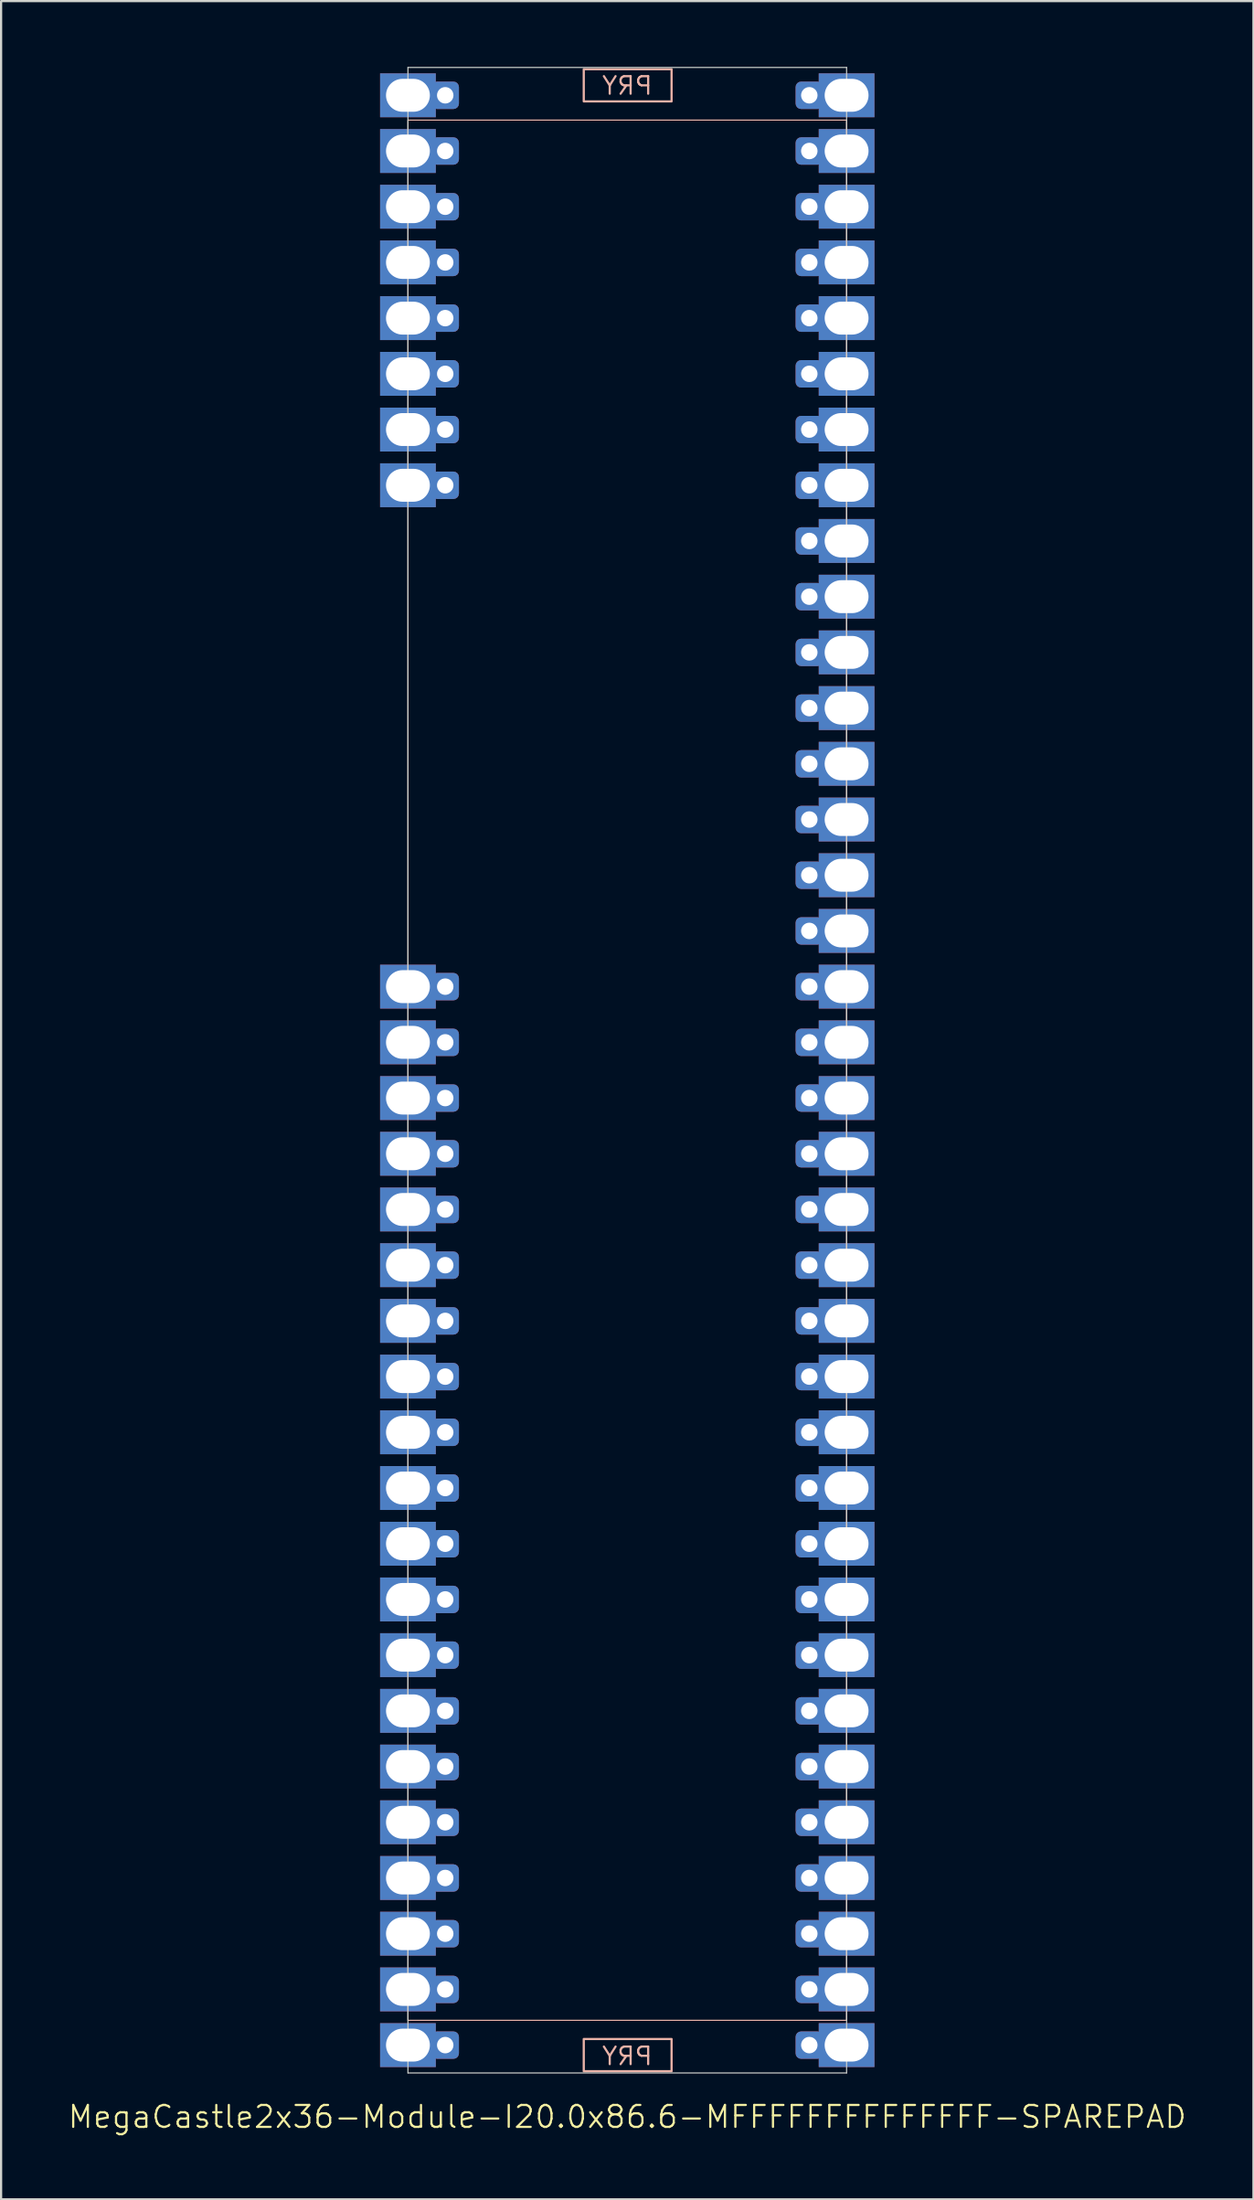
<source format=kicad_pcb>
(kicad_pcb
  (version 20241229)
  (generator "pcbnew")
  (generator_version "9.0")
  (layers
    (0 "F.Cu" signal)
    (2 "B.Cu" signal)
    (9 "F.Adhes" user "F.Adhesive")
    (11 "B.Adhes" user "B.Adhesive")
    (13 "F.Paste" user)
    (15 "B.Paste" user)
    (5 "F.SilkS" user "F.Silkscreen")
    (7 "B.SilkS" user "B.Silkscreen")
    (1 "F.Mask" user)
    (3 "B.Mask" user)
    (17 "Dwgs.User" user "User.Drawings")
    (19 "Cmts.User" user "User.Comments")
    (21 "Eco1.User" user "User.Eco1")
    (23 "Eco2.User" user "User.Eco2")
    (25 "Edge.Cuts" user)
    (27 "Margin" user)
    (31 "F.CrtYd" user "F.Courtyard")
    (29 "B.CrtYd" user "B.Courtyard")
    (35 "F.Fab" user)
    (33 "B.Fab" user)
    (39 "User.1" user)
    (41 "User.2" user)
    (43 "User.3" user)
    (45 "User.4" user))
  (footprint "MegaCastle2x36-Module-I20.0x86.6-MFFFFFFFFFFFFFF-SPAREPAD"
    (layer "F.Cu")
    (at 25.55 45.745)
    (property "Reference" "MegaCastle2x36-Module-I20.0x86.6-MFFFFFFFFFFFFFF-SPAREPAD" (at 0 47.72 0) (unlocked yes) (layer "F.SilkS") (effects (font (size 1 1) (thickness 0.1))))
    (attr smd)
    (fp_rect (start -10 43.32) (end 10 -43.32) (stroke (width 0.05) (type default)) (fill no) (layer "B.SilkS"))
    (fp_rect (start -1.984 -44.171) (end 2.02 -45.64) (stroke (width 0.1) (type default)) (fill no) (layer "B.SilkS"))
    (fp_rect (start -1.984 44.171) (end 2.02 45.64) (stroke (width 0.1) (type default)) (fill no) (layer "B.SilkS"))
    (fp_line (start -10 -45.72) (end -10 45.72) (stroke (width 0.05) (type default)) (layer "Edge.Cuts"))
    (fp_line (start -10 -45.72) (end 10 -45.72) (stroke (width 0.05) (type default)) (layer "Edge.Cuts"))
    (fp_line (start -10 45.72) (end 10 45.72) (stroke (width 0.05) (type default)) (layer "Edge.Cuts"))
    (fp_line (start 10 -45.72) (end 10 45.72) (stroke (width 0.05) (type default)) (layer "Edge.Cuts"))
    (fp_text user "PRY" (at 0 45.42 0) (unlocked yes) (layer "B.SilkS") (effects (font (size 0.8 0.8) (thickness 0.1)) (justify bottom mirror)))
    (fp_text user "PRY" (at 0 -44.42 0) (unlocked yes) (layer "B.SilkS") (effects (font (size 0.8 0.8) (thickness 0.1)) (justify bottom mirror)))
    (pad "1" thru_hole rect (at -10 -44.45) (size 2.54 2) (drill oval 2 1.5) (property pad_prop_castellated) (layers "*.Cu" "*.Mask"))
    (pad "1" thru_hole roundrect (at -8.3 -44.45 180) (size 1.25 1.25) (drill 0.75) (layers "*.Cu" "*.Mask") (roundrect_rratio 0.2))
    (pad "2" thru_hole rect (at -10 -41.91) (size 2.54 2) (drill oval 2 1.5) (property pad_prop_castellated) (layers "*.Cu" "*.Mask"))
    (pad "2" thru_hole roundrect (at -8.3 -41.91 180) (size 1.25 1.25) (drill 0.75) (layers "*.Cu" "*.Mask") (roundrect_rratio 0.2))
    (pad "3" thru_hole rect (at -10 -39.37) (size 2.54 2) (drill oval 2 1.5) (property pad_prop_castellated) (layers "*.Cu" "*.Mask"))
    (pad "3" thru_hole roundrect (at -8.3 -39.37 180) (size 1.25 1.25) (drill 0.75) (layers "*.Cu" "*.Mask") (roundrect_rratio 0.2))
    (pad "4" thru_hole rect (at -10 -36.83) (size 2.54 2) (drill oval 2 1.5) (property pad_prop_castellated) (layers "*.Cu" "*.Mask"))
    (pad "4" thru_hole roundrect (at -8.3 -36.83 180) (size 1.25 1.25) (drill 0.75) (layers "*.Cu" "*.Mask") (roundrect_rratio 0.2))
    (pad "5" thru_hole rect (at -10 -34.29) (size 2.54 2) (drill oval 2 1.5) (property pad_prop_castellated) (layers "*.Cu" "*.Mask"))
    (pad "5" thru_hole roundrect (at -8.3 -34.29 180) (size 1.25 1.25) (drill 0.75) (layers "*.Cu" "*.Mask") (roundrect_rratio 0.2))
    (pad "6" thru_hole rect (at -10 -31.75) (size 2.54 2) (drill oval 2 1.5) (property pad_prop_castellated) (layers "*.Cu" "*.Mask"))
    (pad "6" thru_hole roundrect (at -8.3 -31.75 180) (size 1.25 1.25) (drill 0.75) (layers "*.Cu" "*.Mask") (roundrect_rratio 0.2))
    (pad "7" thru_hole rect (at -10 -29.21) (size 2.54 2) (drill oval 2 1.5) (property pad_prop_castellated) (layers "*.Cu" "*.Mask"))
    (pad "7" thru_hole roundrect (at -8.3 -29.21 180) (size 1.25 1.25) (drill 0.75) (layers "*.Cu" "*.Mask") (roundrect_rratio 0.2))
    (pad "8" thru_hole rect (at -10 -26.67) (size 2.54 2) (drill oval 2 1.5) (property pad_prop_castellated) (layers "*.Cu" "*.Mask"))
    (pad "8" thru_hole roundrect (at -8.3 -26.67 180) (size 1.25 1.25) (drill 0.75) (layers "*.Cu" "*.Mask") (roundrect_rratio 0.2))
    (pad "17" thru_hole rect (at -10 -3.81) (size 2.54 2) (drill oval 2 1.5) (property pad_prop_castellated) (layers "*.Cu" "*.Mask"))
    (pad "17" thru_hole roundrect (at -8.3 -3.81 180) (size 1.25 1.25) (drill 0.75) (layers "*.Cu" "*.Mask") (roundrect_rratio 0.2))
    (pad "18" thru_hole rect (at -10 -1.27) (size 2.54 2) (drill oval 2 1.5) (property pad_prop_castellated) (layers "*.Cu" "*.Mask"))
    (pad "18" thru_hole roundrect (at -8.3 -1.27 180) (size 1.25 1.25) (drill 0.75) (layers "*.Cu" "*.Mask") (roundrect_rratio 0.2))
    (pad "19" thru_hole rect (at -10 1.27) (size 2.54 2) (drill oval 2 1.5) (property pad_prop_castellated) (layers "*.Cu" "*.Mask"))
    (pad "19" thru_hole roundrect (at -8.3 1.27 180) (size 1.25 1.25) (drill 0.75) (layers "*.Cu" "*.Mask") (roundrect_rratio 0.2))
    (pad "20" thru_hole rect (at -10 3.81) (size 2.54 2) (drill oval 2 1.5) (property pad_prop_castellated) (layers "*.Cu" "*.Mask"))
    (pad "20" thru_hole roundrect (at -8.3 3.81 180) (size 1.25 1.25) (drill 0.75) (layers "*.Cu" "*.Mask") (roundrect_rratio 0.2))
    (pad "21" thru_hole rect (at -10 6.35) (size 2.54 2) (drill oval 2 1.5) (property pad_prop_castellated) (layers "*.Cu" "*.Mask"))
    (pad "21" thru_hole roundrect (at -8.3 6.35 180) (size 1.25 1.25) (drill 0.75) (layers "*.Cu" "*.Mask") (roundrect_rratio 0.2))
    (pad "22" thru_hole rect (at -10 8.89) (size 2.54 2) (drill oval 2 1.5) (property pad_prop_castellated) (layers "*.Cu" "*.Mask"))
    (pad "22" thru_hole roundrect (at -8.3 8.89 180) (size 1.25 1.25) (drill 0.75) (layers "*.Cu" "*.Mask") (roundrect_rratio 0.2))
    (pad "23" thru_hole rect (at -10 11.43) (size 2.54 2) (drill oval 2 1.5) (property pad_prop_castellated) (layers "*.Cu" "*.Mask"))
    (pad "23" thru_hole roundrect (at -8.3 11.43 180) (size 1.25 1.25) (drill 0.75) (layers "*.Cu" "*.Mask") (roundrect_rratio 0.2))
    (pad "24" thru_hole rect (at -10 13.97) (size 2.54 2) (drill oval 2 1.5) (property pad_prop_castellated) (layers "*.Cu" "*.Mask"))
    (pad "24" thru_hole roundrect (at -8.3 13.97 180) (size 1.25 1.25) (drill 0.75) (layers "*.Cu" "*.Mask") (roundrect_rratio 0.2))
    (pad "25" thru_hole rect (at -10 16.51) (size 2.54 2) (drill oval 2 1.5) (property pad_prop_castellated) (layers "*.Cu" "*.Mask"))
    (pad "25" thru_hole roundrect (at -8.3 16.51 180) (size 1.25 1.25) (drill 0.75) (layers "*.Cu" "*.Mask") (roundrect_rratio 0.2))
    (pad "26" thru_hole rect (at -10 19.05) (size 2.54 2) (drill oval 2 1.5) (property pad_prop_castellated) (layers "*.Cu" "*.Mask"))
    (pad "26" thru_hole roundrect (at -8.3 19.05 180) (size 1.25 1.25) (drill 0.75) (layers "*.Cu" "*.Mask") (roundrect_rratio 0.2))
    (pad "27" thru_hole rect (at -10 21.59) (size 2.54 2) (drill oval 2 1.5) (property pad_prop_castellated) (layers "*.Cu" "*.Mask"))
    (pad "27" thru_hole roundrect (at -8.3 21.59 180) (size 1.25 1.25) (drill 0.75) (layers "*.Cu" "*.Mask") (roundrect_rratio 0.2))
    (pad "28" thru_hole rect (at -10 24.13) (size 2.54 2) (drill oval 2 1.5) (property pad_prop_castellated) (layers "*.Cu" "*.Mask"))
    (pad "28" thru_hole roundrect (at -8.3 24.13 180) (size 1.25 1.25) (drill 0.75) (layers "*.Cu" "*.Mask") (roundrect_rratio 0.2))
    (pad "29" thru_hole rect (at -10 26.67) (size 2.54 2) (drill oval 2 1.5) (property pad_prop_castellated) (layers "*.Cu" "*.Mask"))
    (pad "29" thru_hole roundrect (at -8.3 26.67 180) (size 1.25 1.25) (drill 0.75) (layers "*.Cu" "*.Mask") (roundrect_rratio 0.2))
    (pad "30" thru_hole rect (at -10 29.21) (size 2.54 2) (drill oval 2 1.5) (property pad_prop_castellated) (layers "*.Cu" "*.Mask"))
    (pad "30" thru_hole roundrect (at -8.3 29.21 180) (size 1.25 1.25) (drill 0.75) (layers "*.Cu" "*.Mask") (roundrect_rratio 0.2))
    (pad "31" thru_hole rect (at -10 31.75) (size 2.54 2) (drill oval 2 1.5) (property pad_prop_castellated) (layers "*.Cu" "*.Mask"))
    (pad "31" thru_hole roundrect (at -8.3 31.75 180) (size 1.25 1.25) (drill 0.75) (layers "*.Cu" "*.Mask") (roundrect_rratio 0.2))
    (pad "32" thru_hole rect (at -10 34.29) (size 2.54 2) (drill oval 2 1.5) (property pad_prop_castellated) (layers "*.Cu" "*.Mask"))
    (pad "32" thru_hole roundrect (at -8.3 34.29 180) (size 1.25 1.25) (drill 0.75) (layers "*.Cu" "*.Mask") (roundrect_rratio 0.2))
    (pad "33" thru_hole rect (at -10 36.83) (size 2.54 2) (drill oval 2 1.5) (property pad_prop_castellated) (layers "*.Cu" "*.Mask"))
    (pad "33" thru_hole roundrect (at -8.3 36.83 180) (size 1.25 1.25) (drill 0.75) (layers "*.Cu" "*.Mask") (roundrect_rratio 0.2))
    (pad "34" thru_hole rect (at -10 39.37) (size 2.54 2) (drill oval 2 1.5) (property pad_prop_castellated) (layers "*.Cu" "*.Mask"))
    (pad "34" thru_hole roundrect (at -8.3 39.37 180) (size 1.25 1.25) (drill 0.75) (layers "*.Cu" "*.Mask") (roundrect_rratio 0.2))
    (pad "35" thru_hole rect (at -10 41.91) (size 2.54 2) (drill oval 2 1.5) (property pad_prop_castellated) (layers "*.Cu" "*.Mask"))
    (pad "35" thru_hole roundrect (at -8.3 41.91 180) (size 1.25 1.25) (drill 0.75) (layers "*.Cu" "*.Mask") (roundrect_rratio 0.2))
    (pad "36" thru_hole rect (at -10 44.45) (size 2.54 2) (drill oval 2 1.5) (property pad_prop_castellated) (layers "*.Cu" "*.Mask"))
    (pad "36" thru_hole roundrect (at -8.3 44.45 180) (size 1.25 1.25) (drill 0.75) (layers "*.Cu" "*.Mask") (roundrect_rratio 0.2))
    (pad "37" thru_hole roundrect (at 8.3 -44.45 180) (size 1.25 1.25) (drill 0.75) (layers "*.Cu" "*.Mask") (roundrect_rratio 0.2))
    (pad "37" thru_hole rect (at 10 -44.45) (size 2.54 2) (drill oval 2 1.5) (property pad_prop_castellated) (layers "*.Cu" "*.Mask"))
    (pad "38" thru_hole roundrect (at 8.3 -41.91 180) (size 1.25 1.25) (drill 0.75) (layers "*.Cu" "*.Mask") (roundrect_rratio 0.2))
    (pad "38" thru_hole rect (at 10 -41.91) (size 2.54 2) (drill oval 2 1.5) (property pad_prop_castellated) (layers "*.Cu" "*.Mask"))
    (pad "39" thru_hole roundrect (at 8.3 -39.37 180) (size 1.25 1.25) (drill 0.75) (layers "*.Cu" "*.Mask") (roundrect_rratio 0.2))
    (pad "39" thru_hole rect (at 10 -39.37) (size 2.54 2) (drill oval 2 1.5) (property pad_prop_castellated) (layers "*.Cu" "*.Mask"))
    (pad "40" thru_hole roundrect (at 8.3 -36.83 180) (size 1.25 1.25) (drill 0.75) (layers "*.Cu" "*.Mask") (roundrect_rratio 0.2))
    (pad "40" thru_hole rect (at 10 -36.83) (size 2.54 2) (drill oval 2 1.5) (property pad_prop_castellated) (layers "*.Cu" "*.Mask"))
    (pad "41" thru_hole roundrect (at 8.3 -34.29 180) (size 1.25 1.25) (drill 0.75) (layers "*.Cu" "*.Mask") (roundrect_rratio 0.2))
    (pad "41" thru_hole rect (at 10 -34.29) (size 2.54 2) (drill oval 2 1.5) (property pad_prop_castellated) (layers "*.Cu" "*.Mask"))
    (pad "42" thru_hole roundrect (at 8.3 -31.75 180) (size 1.25 1.25) (drill 0.75) (layers "*.Cu" "*.Mask") (roundrect_rratio 0.2))
    (pad "42" thru_hole rect (at 10 -31.75) (size 2.54 2) (drill oval 2 1.5) (property pad_prop_castellated) (layers "*.Cu" "*.Mask"))
    (pad "43" thru_hole roundrect (at 8.3 -29.21 180) (size 1.25 1.25) (drill 0.75) (layers "*.Cu" "*.Mask") (roundrect_rratio 0.2))
    (pad "43" thru_hole rect (at 10 -29.21) (size 2.54 2) (drill oval 2 1.5) (property pad_prop_castellated) (layers "*.Cu" "*.Mask"))
    (pad "44" thru_hole roundrect (at 8.3 -26.67 180) (size 1.25 1.25) (drill 0.75) (layers "*.Cu" "*.Mask") (roundrect_rratio 0.2))
    (pad "44" thru_hole rect (at 10 -26.67) (size 2.54 2) (drill oval 2 1.5) (property pad_prop_castellated) (layers "*.Cu" "*.Mask"))
    (pad "45" thru_hole roundrect (at 8.3 -24.13 180) (size 1.25 1.25) (drill 0.75) (layers "*.Cu" "*.Mask") (roundrect_rratio 0.2))
    (pad "45" thru_hole rect (at 10 -24.13) (size 2.54 2) (drill oval 2 1.5) (property pad_prop_castellated) (layers "*.Cu" "*.Mask"))
    (pad "46" thru_hole roundrect (at 8.3 -21.59 180) (size 1.25 1.25) (drill 0.75) (layers "*.Cu" "*.Mask") (roundrect_rratio 0.2))
    (pad "46" thru_hole rect (at 10 -21.59) (size 2.54 2) (drill oval 2 1.5) (property pad_prop_castellated) (layers "*.Cu" "*.Mask"))
    (pad "47" thru_hole roundrect (at 8.3 -19.05 180) (size 1.25 1.25) (drill 0.75) (layers "*.Cu" "*.Mask") (roundrect_rratio 0.2))
    (pad "47" thru_hole rect (at 10 -19.05) (size 2.54 2) (drill oval 2 1.5) (property pad_prop_castellated) (layers "*.Cu" "*.Mask"))
    (pad "48" thru_hole roundrect (at 8.3 -16.51 180) (size 1.25 1.25) (drill 0.75) (layers "*.Cu" "*.Mask") (roundrect_rratio 0.2))
    (pad "48" thru_hole rect (at 10 -16.51) (size 2.54 2) (drill oval 2 1.5) (property pad_prop_castellated) (layers "*.Cu" "*.Mask"))
    (pad "49" thru_hole roundrect (at 8.3 -13.97 180) (size 1.25 1.25) (drill 0.75) (layers "*.Cu" "*.Mask") (roundrect_rratio 0.2))
    (pad "49" thru_hole rect (at 10 -13.97) (size 2.54 2) (drill oval 2 1.5) (property pad_prop_castellated) (layers "*.Cu" "*.Mask"))
    (pad "50" thru_hole roundrect (at 8.3 -11.43 180) (size 1.25 1.25) (drill 0.75) (layers "*.Cu" "*.Mask") (roundrect_rratio 0.2))
    (pad "50" thru_hole rect (at 10 -11.43) (size 2.54 2) (drill oval 2 1.5) (property pad_prop_castellated) (layers "*.Cu" "*.Mask"))
    (pad "51" thru_hole roundrect (at 8.3 -8.89 180) (size 1.25 1.25) (drill 0.75) (layers "*.Cu" "*.Mask") (roundrect_rratio 0.2))
    (pad "51" thru_hole rect (at 10 -8.89) (size 2.54 2) (drill oval 2 1.5) (property pad_prop_castellated) (layers "*.Cu" "*.Mask"))
    (pad "52" thru_hole roundrect (at 8.3 -6.35 180) (size 1.25 1.25) (drill 0.75) (layers "*.Cu" "*.Mask") (roundrect_rratio 0.2))
    (pad "52" thru_hole rect (at 10 -6.35) (size 2.54 2) (drill oval 2 1.5) (property pad_prop_castellated) (layers "*.Cu" "*.Mask"))
    (pad "53" thru_hole roundrect (at 8.3 -3.81 180) (size 1.25 1.25) (drill 0.75) (layers "*.Cu" "*.Mask") (roundrect_rratio 0.2))
    (pad "53" thru_hole rect (at 10 -3.81) (size 2.54 2) (drill oval 2 1.5) (property pad_prop_castellated) (layers "*.Cu" "*.Mask"))
    (pad "54" thru_hole roundrect (at 8.3 -1.27 180) (size 1.25 1.25) (drill 0.75) (layers "*.Cu" "*.Mask") (roundrect_rratio 0.2))
    (pad "54" thru_hole rect (at 10 -1.27) (size 2.54 2) (drill oval 2 1.5) (property pad_prop_castellated) (layers "*.Cu" "*.Mask"))
    (pad "55" thru_hole roundrect (at 8.3 1.27 180) (size 1.25 1.25) (drill 0.75) (layers "*.Cu" "*.Mask") (roundrect_rratio 0.2))
    (pad "55" thru_hole rect (at 10 1.27) (size 2.54 2) (drill oval 2 1.5) (property pad_prop_castellated) (layers "*.Cu" "*.Mask"))
    (pad "56" thru_hole roundrect (at 8.3 3.81 180) (size 1.25 1.25) (drill 0.75) (layers "*.Cu" "*.Mask") (roundrect_rratio 0.2))
    (pad "56" thru_hole rect (at 10 3.81) (size 2.54 2) (drill oval 2 1.5) (property pad_prop_castellated) (layers "*.Cu" "*.Mask"))
    (pad "57" thru_hole roundrect (at 8.3 6.35 180) (size 1.25 1.25) (drill 0.75) (layers "*.Cu" "*.Mask") (roundrect_rratio 0.2))
    (pad "57" thru_hole rect (at 10 6.35) (size 2.54 2) (drill oval 2 1.5) (property pad_prop_castellated) (layers "*.Cu" "*.Mask"))
    (pad "58" thru_hole roundrect (at 8.3 8.89 180) (size 1.25 1.25) (drill 0.75) (layers "*.Cu" "*.Mask") (roundrect_rratio 0.2))
    (pad "58" thru_hole rect (at 10 8.89) (size 2.54 2) (drill oval 2 1.5) (property pad_prop_castellated) (layers "*.Cu" "*.Mask"))
    (pad "59" thru_hole roundrect (at 8.3 11.43 180) (size 1.25 1.25) (drill 0.75) (layers "*.Cu" "*.Mask") (roundrect_rratio 0.2))
    (pad "59" thru_hole rect (at 10 11.43) (size 2.54 2) (drill oval 2 1.5) (property pad_prop_castellated) (layers "*.Cu" "*.Mask"))
    (pad "60" thru_hole roundrect (at 8.3 13.97 180) (size 1.25 1.25) (drill 0.75) (layers "*.Cu" "*.Mask") (roundrect_rratio 0.2))
    (pad "60" thru_hole rect (at 10 13.97) (size 2.54 2) (drill oval 2 1.5) (property pad_prop_castellated) (layers "*.Cu" "*.Mask"))
    (pad "61" thru_hole roundrect (at 8.3 16.51 180) (size 1.25 1.25) (drill 0.75) (layers "*.Cu" "*.Mask") (roundrect_rratio 0.2))
    (pad "61" thru_hole rect (at 10 16.51) (size 2.54 2) (drill oval 2 1.5) (property pad_prop_castellated) (layers "*.Cu" "*.Mask"))
    (pad "62" thru_hole roundrect (at 8.3 19.05 180) (size 1.25 1.25) (drill 0.75) (layers "*.Cu" "*.Mask") (roundrect_rratio 0.2))
    (pad "62" thru_hole rect (at 10 19.05) (size 2.54 2) (drill oval 2 1.5) (property pad_prop_castellated) (layers "*.Cu" "*.Mask"))
    (pad "63" thru_hole roundrect (at 8.3 21.59 180) (size 1.25 1.25) (drill 0.75) (layers "*.Cu" "*.Mask") (roundrect_rratio 0.2))
    (pad "63" thru_hole rect (at 10 21.59) (size 2.54 2) (drill oval 2 1.5) (property pad_prop_castellated) (layers "*.Cu" "*.Mask"))
    (pad "64" thru_hole roundrect (at 8.3 24.13 180) (size 1.25 1.25) (drill 0.75) (layers "*.Cu" "*.Mask") (roundrect_rratio 0.2))
    (pad "64" thru_hole rect (at 10 24.13) (size 2.54 2) (drill oval 2 1.5) (property pad_prop_castellated) (layers "*.Cu" "*.Mask"))
    (pad "65" thru_hole roundrect (at 8.3 26.67 180) (size 1.25 1.25) (drill 0.75) (layers "*.Cu" "*.Mask") (roundrect_rratio 0.2))
    (pad "65" thru_hole rect (at 10 26.67) (size 2.54 2) (drill oval 2 1.5) (property pad_prop_castellated) (layers "*.Cu" "*.Mask"))
    (pad "66" thru_hole roundrect (at 8.3 29.21 180) (size 1.25 1.25) (drill 0.75) (layers "*.Cu" "*.Mask") (roundrect_rratio 0.2))
    (pad "66" thru_hole rect (at 10 29.21) (size 2.54 2) (drill oval 2 1.5) (property pad_prop_castellated) (layers "*.Cu" "*.Mask"))
    (pad "67" thru_hole roundrect (at 8.3 31.75 180) (size 1.25 1.25) (drill 0.75) (layers "*.Cu" "*.Mask") (roundrect_rratio 0.2))
    (pad "67" thru_hole rect (at 10 31.75) (size 2.54 2) (drill oval 2 1.5) (property pad_prop_castellated) (layers "*.Cu" "*.Mask"))
    (pad "68" thru_hole roundrect (at 8.3 34.29 180) (size 1.25 1.25) (drill 0.75) (layers "*.Cu" "*.Mask") (roundrect_rratio 0.2))
    (pad "68" thru_hole rect (at 10 34.29) (size 2.54 2) (drill oval 2 1.5) (property pad_prop_castellated) (layers "*.Cu" "*.Mask"))
    (pad "69" thru_hole roundrect (at 8.3 36.83 180) (size 1.25 1.25) (drill 0.75) (layers "*.Cu" "*.Mask") (roundrect_rratio 0.2))
    (pad "69" thru_hole rect (at 10 36.83) (size 2.54 2) (drill oval 2 1.5) (property pad_prop_castellated) (layers "*.Cu" "*.Mask"))
    (pad "70" thru_hole roundrect (at 8.3 39.37 180) (size 1.25 1.25) (drill 0.75) (layers "*.Cu" "*.Mask") (roundrect_rratio 0.2))
    (pad "70" thru_hole rect (at 10 39.37) (size 2.54 2) (drill oval 2 1.5) (property pad_prop_castellated) (layers "*.Cu" "*.Mask"))
    (pad "71" thru_hole roundrect (at 8.3 41.91 180) (size 1.25 1.25) (drill 0.75) (layers "*.Cu" "*.Mask") (roundrect_rratio 0.2))
    (pad "71" thru_hole rect (at 10 41.91) (size 2.54 2) (drill oval 2 1.5) (property pad_prop_castellated) (layers "*.Cu" "*.Mask"))
    (pad "72" thru_hole roundrect (at 8.3 44.45 180) (size 1.25 1.25) (drill 0.75) (layers "*.Cu" "*.Mask") (roundrect_rratio 0.2))
    (pad "72" thru_hole rect (at 10 44.45) (size 2.54 2) (drill oval 2 1.5) (property pad_prop_castellated) (layers "*.Cu" "*.Mask"))
    (zone (net_name "") (layer "B.Cu") (hatch edge 0.5) (connect_pads) (min_thickness 0.25) (filled_areas_thickness no) (keepout (tracks allowed) (vias allowed) (pads allowed) (copperpour allowed) (footprints not_allowed)) (placement (enabled no)) (fill) (polygon (pts (xy 15.55 91.465) (xy 15.55 0.025))))
    (zone (net_name "") (layer "B.Cu") (hatch edge 0.5) (connect_pads) (min_thickness 0.25) (filled_areas_thickness no) (keepout (tracks allowed) (vias allowed) (pads allowed) (copperpour allowed) (footprints not_allowed)) (placement (enabled no)) (fill) (polygon (pts (xy 35.55 91.465) (xy 35.55 0.025))))
    (zone (net_name "") (layer "B.Cu") (hatch edge 0.5) (connect_pads) (min_thickness 0.25) (filled_areas_thickness no) (keepout (tracks allowed) (vias allowed) (pads allowed) (copperpour allowed) (footprints not_allowed)) (placement (enabled no)) (fill) (polygon (pts (xy 15.55 0.025) (xy 15.55 2.425) (xy 35.55 2.425) (xy 35.55 0.025))))
    (zone (net_name "") (layer "B.Cu") (hatch edge 0.5) (connect_pads) (min_thickness 0.25) (filled_areas_thickness no) (keepout (tracks allowed) (vias allowed) (pads allowed) (copperpour allowed) (footprints not_allowed)) (placement (enabled no)) (fill) (polygon (pts (xy 15.55 91.465) (xy 15.55 89.065) (xy 35.55 89.065) (xy 35.55 91.465))))
    (zone (net_name "") (layer "B.Cu") (name "Upper Pry Zone") (hatch edge 0.5) (connect_pads) (min_thickness 0.25) (filled_areas_thickness no) (keepout (tracks not_allowed) (vias not_allowed) (pads not_allowed) (copperpour allowed) (footprints not_allowed)) (placement (enabled no)) (fill) (polygon (pts (xy 23.566 1.574) (xy 23.566 0.105) (xy 27.57 0.105) (xy 27.57 1.574))))
    (zone (net_name "") (layer "B.Cu") (name "Upper Pry Zone") (hatch edge 0.5) (connect_pads) (min_thickness 0.25) (filled_areas_thickness no) (keepout (tracks not_allowed) (vias not_allowed) (pads not_allowed) (copperpour allowed) (footprints not_allowed)) (placement (enabled no)) (fill) (polygon (pts (xy 23.566 89.916) (xy 23.566 91.385) (xy 27.57 91.385) (xy 27.57 89.916)))))
  (gr_rect
    (start -3 -3)
    (end 54.1 97.226)
    (stroke (width 0.1) (type default))
    (fill no)
    (layer "Edge.Cuts")))
</source>
